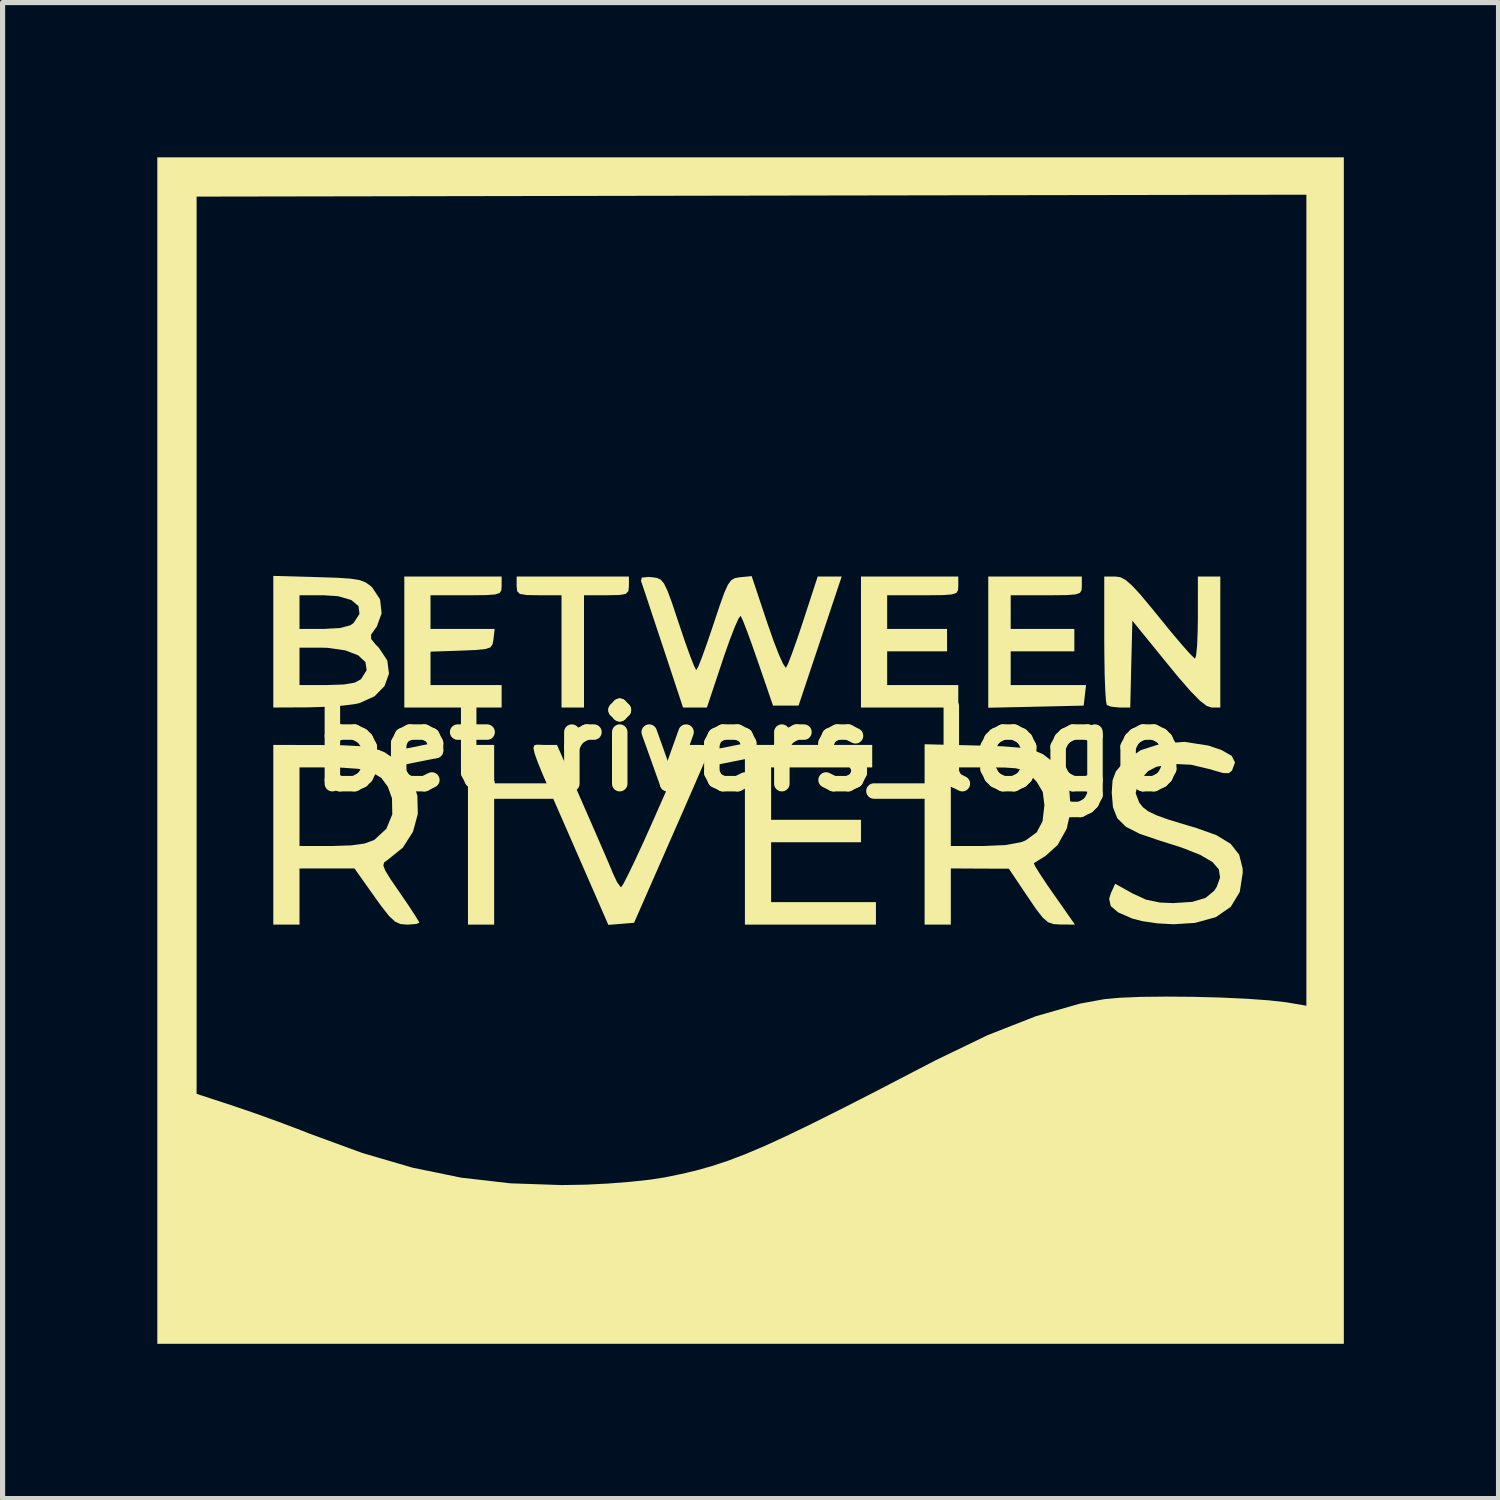
<source format=kicad_pcb>
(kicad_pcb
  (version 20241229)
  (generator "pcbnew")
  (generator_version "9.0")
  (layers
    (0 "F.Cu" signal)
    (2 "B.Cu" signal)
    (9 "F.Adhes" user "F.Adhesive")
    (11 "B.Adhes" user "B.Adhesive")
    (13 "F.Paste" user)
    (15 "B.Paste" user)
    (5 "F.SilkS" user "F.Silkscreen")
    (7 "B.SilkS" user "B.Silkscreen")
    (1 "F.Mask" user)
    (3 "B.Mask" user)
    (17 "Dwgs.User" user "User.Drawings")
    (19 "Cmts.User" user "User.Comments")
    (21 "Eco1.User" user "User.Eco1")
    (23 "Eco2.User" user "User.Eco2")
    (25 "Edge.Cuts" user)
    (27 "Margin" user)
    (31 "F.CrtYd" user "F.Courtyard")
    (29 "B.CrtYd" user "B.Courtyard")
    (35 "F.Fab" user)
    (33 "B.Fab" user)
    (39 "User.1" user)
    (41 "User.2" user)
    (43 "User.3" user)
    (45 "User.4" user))
  (footprint "bet_rivers_logo"
    (layer "F.Cu")
    (at 11.466 11.466)
    (property "Reference" "bet_rivers_logo" (at 0 0 0) (layer "F.SilkS") (effects (font (size 1.5 1.5) (thickness 0.3))))
    (attr board_only exclude_from_pos_files exclude_from_bom)
    (fp_poly (pts (xy -4.935 1.669) (xy -4.935 3.411) (xy -5.189 3.411) (xy -5.443 3.411) (xy -5.443 1.669) (xy -5.443 -0.073) (xy -5.189 -0.073) (xy -4.935 -0.073)) (stroke (width 0) (type solid)) (fill yes) (layer "F.SilkS"))
    (fp_poly (pts (xy -2.322 -3.157) (xy -2.332 -3.056) (xy -2.382 -3.002) (xy -2.508 -2.98) (xy -2.742 -2.975) (xy -2.758 -2.975) (xy -3.193 -2.975) (xy -3.193 -1.887) (xy -3.193 -0.798) (xy -3.411 -0.798) (xy -3.629 -0.798) (xy -3.629 -1.887) (xy -3.629 -2.975) (xy -4.064 -2.975) (xy -4.305 -2.979) (xy -4.436 -3) (xy -4.489 -3.053) (xy -4.499 -3.15) (xy -4.499 -3.157) (xy -4.499 -3.338) (xy -3.411 -3.338) (xy -2.322 -3.338)) (stroke (width 0) (type solid)) (fill yes) (layer "F.SilkS"))
    (fp_poly (pts (xy 2.395 0.145) (xy 2.395 0.363) (xy 1.415 0.363) (xy 0.435 0.363) (xy 0.435 0.871) (xy 0.435 1.379) (xy 1.306 1.379) (xy 2.177 1.379) (xy 2.177 1.597) (xy 2.177 1.814) (xy 1.306 1.814) (xy 0.435 1.814) (xy 0.435 2.395) (xy 0.435 2.975) (xy 1.451 2.975) (xy 2.467 2.975) (xy 2.467 3.193) (xy 2.467 3.411) (xy 1.197 3.411) (xy -0.073 3.411) (xy -0.073 1.669) (xy -0.073 -0.073) (xy 1.161 -0.073) (xy 2.395 -0.073)) (stroke (width 0) (type solid)) (fill yes) (layer "F.SilkS"))
    (fp_poly (pts (xy 4.064 -3.157) (xy 4.059 -3.073) (xy 4.027 -3.02) (xy 3.939 -2.991) (xy 3.77 -2.978) (xy 3.491 -2.975) (xy 3.375 -2.975) (xy 2.685 -2.975) (xy 2.685 -2.649) (xy 2.685 -2.322) (xy 3.266 -2.322) (xy 3.846 -2.322) (xy 3.846 -2.105) (xy 3.846 -1.887) (xy 3.266 -1.887) (xy 2.685 -1.887) (xy 2.685 -1.56) (xy 2.685 -1.234) (xy 3.375 -1.234) (xy 4.064 -1.234) (xy 4.064 -1.016) (xy 4.064 -0.798) (xy 3.121 -0.798) (xy 2.177 -0.798) (xy 2.177 -2.068) (xy 2.177 -3.338) (xy 3.121 -3.338) (xy 4.064 -3.338)) (stroke (width 0) (type solid)) (fill yes) (layer "F.SilkS"))
    (fp_poly (pts (xy 6.459 -3.157) (xy 6.454 -3.073) (xy 6.422 -3.02) (xy 6.334 -2.991) (xy 6.165 -2.978) (xy 5.886 -2.975) (xy 5.769 -2.975) (xy 5.08 -2.975) (xy 5.08 -2.649) (xy 5.08 -2.322) (xy 5.697 -2.322) (xy 6.314 -2.322) (xy 6.314 -2.105) (xy 6.314 -1.887) (xy 5.697 -1.887) (xy 5.08 -1.887) (xy 5.08 -1.56) (xy 5.08 -1.234) (xy 5.811 -1.234) (xy 6.541 -1.234) (xy 6.518 -1.034) (xy 6.495 -0.835) (xy 5.57 -0.814) (xy 4.645 -0.794) (xy 4.645 -2.066) (xy 4.645 -3.338) (xy 5.552 -3.338) (xy 6.459 -3.338)) (stroke (width 0) (type solid)) (fill yes) (layer "F.SilkS"))
    (fp_poly (pts (xy -4.79 -3.157) (xy -4.795 -3.073) (xy -4.827 -3.02) (xy -4.914 -2.991) (xy -5.084 -2.978) (xy -5.363 -2.975) (xy -5.479 -2.975) (xy -6.169 -2.975) (xy -6.169 -2.649) (xy -6.169 -2.322) (xy -5.547 -2.322) (xy -4.925 -2.322) (xy -4.948 -2.123) (xy -4.965 -2.025) (xy -5.008 -1.964) (xy -5.107 -1.931) (xy -5.293 -1.913) (xy -5.57 -1.902) (xy -6.169 -1.881) (xy -6.169 -1.557) (xy -6.169 -1.234) (xy -5.479 -1.234) (xy -4.79 -1.234) (xy -4.79 -1.016) (xy -4.79 -0.798) (xy -5.733 -0.798) (xy -6.677 -0.798) (xy -6.677 -2.068) (xy -6.677 -3.338) (xy -5.733 -3.338) (xy -4.79 -3.338)) (stroke (width 0) (type solid)) (fill yes) (layer "F.SilkS"))
    (fp_poly (pts (xy 7.205 -3.325) (xy 7.308 -3.272) (xy 7.433 -3.163) (xy 7.601 -2.981) (xy 7.828 -2.708) (xy 7.961 -2.544) (xy 8.194 -2.258) (xy 8.398 -2.017) (xy 8.553 -1.842) (xy 8.642 -1.753) (xy 8.654 -1.746) (xy 8.676 -1.812) (xy 8.694 -1.994) (xy 8.705 -2.263) (xy 8.709 -2.54) (xy 8.709 -3.338) (xy 8.926 -3.338) (xy 9.144 -3.338) (xy 9.144 -2.068) (xy 9.144 -0.798) (xy 8.976 -0.798) (xy 8.88 -0.829) (xy 8.75 -0.929) (xy 8.57 -1.112) (xy 8.327 -1.391) (xy 8.123 -1.64) (xy 7.439 -2.481) (xy 7.418 -1.64) (xy 7.398 -0.798) (xy 7.194 -0.798) (xy 7.029 -0.814) (xy 6.943 -0.847) (xy 6.927 -0.932) (xy 6.913 -1.137) (xy 6.902 -1.438) (xy 6.896 -1.809) (xy 6.894 -2.117) (xy 6.894 -3.338) (xy 7.108 -3.338)) (stroke (width 0) (type solid)) (fill yes) (layer "F.SilkS"))
    (fp_poly (pts (xy -4.064 -0.077) (xy -3.984 -0.073) (xy -3.971 -0.073) (xy -3.717 -0.073) (xy -3.23 1.034) (xy -3.058 1.427) (xy -2.899 1.793) (xy -2.764 2.104) (xy -2.668 2.329) (xy -2.634 2.413) (xy -2.554 2.584) (xy -2.487 2.678) (xy -2.473 2.685) (xy -2.43 2.622) (xy -2.339 2.445) (xy -2.208 2.174) (xy -2.048 1.829) (xy -1.868 1.428) (xy -1.814 1.306) (xy -1.206 -0.073) (xy -0.966 -0.073) (xy -0.804 -0.068) (xy -0.727 -0.055) (xy -0.726 -0.053) (xy -0.754 0.015) (xy -0.832 0.199) (xy -0.954 0.48) (xy -1.111 0.841) (xy -1.295 1.263) (xy -1.474 1.67) (xy -2.222 3.375) (xy -2.472 3.396) (xy -2.721 3.416) (xy -3.427 1.799) (xy -3.668 1.248) (xy -3.857 0.816) (xy -3.998 0.488) (xy -4.094 0.252) (xy -4.151 0.091) (xy -4.172 -0.007) (xy -4.162 -0.059) (xy -4.124 -0.077)) (stroke (width 0) (type solid)) (fill yes) (layer "F.SilkS"))
    (fp_poly (pts (xy 11.539 0.036) (xy 11.539 11.539) (xy 0.036 11.539) (xy -11.466 11.539) (xy -11.466 6.692) (xy -10.704 6.692) (xy -9.979 6.93) (xy -9.57 7.07) (xy -9.107 7.237) (xy -8.669 7.403) (xy -8.527 7.459) (xy -7.491 7.839) (xy -6.52 8.123) (xy -5.576 8.317) (xy -4.623 8.427) (xy -3.624 8.461) (xy -3.157 8.453) (xy -2.733 8.432) (xy -2.297 8.398) (xy -1.904 8.355) (xy -1.633 8.313) (xy -1.312 8.247) (xy -1.009 8.176) (xy -0.71 8.091) (xy -0.4 7.989) (xy -0.067 7.862) (xy 0.305 7.705) (xy 0.728 7.511) (xy 1.217 7.275) (xy 1.785 6.991) (xy 2.447 6.653) (xy 3.215 6.254) (xy 3.629 6.039) (xy 4.638 5.552) (xy 5.569 5.187) (xy 6.422 4.943) (xy 6.892 4.857) (xy 7.194 4.829) (xy 7.605 4.812) (xy 8.092 4.807) (xy 8.618 4.811) (xy 9.149 4.825) (xy 9.649 4.848) (xy 10.085 4.879) (xy 10.421 4.917) (xy 10.468 4.925) (xy 10.813 4.984) (xy 10.813 -2.878) (xy 10.813 -10.741) (xy 0.054 -10.723) (xy -10.704 -10.704) (xy -10.704 -2.006) (xy -10.704 6.692) (xy -11.466 6.692) (xy -11.466 0.036) (xy -11.466 -11.466) (xy 0.036 -11.466) (xy 11.539 -11.466)) (stroke (width 0) (type solid)) (fill yes) (layer "F.SilkS"))
    (fp_poly (pts (xy -8.291 -0.071) (xy -7.874 -0.066) (xy -7.569 -0.051) (xy -7.345 -0.021) (xy -7.168 0.026) (xy -7.059 0.07) (xy -6.747 0.282) (xy -6.535 0.571) (xy -6.424 0.909) (xy -6.415 1.265) (xy -6.509 1.611) (xy -6.706 1.919) (xy -7.006 2.16) (xy -7.068 2.205) (xy -7.084 2.265) (xy -7.045 2.366) (xy -6.941 2.535) (xy -6.767 2.788) (xy -6.6 3.032) (xy -6.471 3.229) (xy -6.397 3.35) (xy -6.386 3.374) (xy -6.45 3.399) (xy -6.606 3.411) (xy -6.629 3.411) (xy -6.753 3.4) (xy -6.859 3.351) (xy -6.974 3.243) (xy -7.125 3.051) (xy -7.257 2.867) (xy -7.643 2.322) (xy -8.176 2.322) (xy -8.709 2.322) (xy -8.709 2.867) (xy -8.709 3.411) (xy -8.963 3.411) (xy -9.217 3.411) (xy -9.217 1.669) (xy -9.217 0.363) (xy -8.709 0.363) (xy -8.709 1.125) (xy -8.709 1.887) (xy -8.085 1.887) (xy -7.708 1.875) (xy -7.444 1.838) (xy -7.264 1.771) (xy -7.256 1.766) (xy -7.026 1.554) (xy -6.91 1.274) (xy -6.916 0.96) (xy -6.998 0.736) (xy -7.122 0.568) (xy -7.305 0.455) (xy -7.572 0.39) (xy -7.949 0.364) (xy -8.095 0.363) (xy -8.709 0.363) (xy -9.217 0.363) (xy -9.217 -0.073)) (stroke (width 0) (type solid)) (fill yes) (layer "F.SilkS"))
    (fp_poly (pts (xy 4.458 -0.061) (xy 4.921 -0.046) (xy 5.266 -0.019) (xy 5.519 0.029) (xy 5.707 0.107) (xy 5.858 0.225) (xy 5.997 0.393) (xy 6.078 0.507) (xy 6.219 0.833) (xy 6.245 1.195) (xy 6.166 1.553) (xy 5.989 1.868) (xy 5.755 2.079) (xy 5.609 2.17) (xy 5.53 2.22) (xy 5.528 2.222) (xy 5.556 2.283) (xy 5.652 2.437) (xy 5.799 2.658) (xy 5.915 2.824) (xy 6.326 3.411) (xy 6.048 3.409) (xy 5.91 3.401) (xy 5.803 3.364) (xy 5.698 3.272) (xy 5.568 3.104) (xy 5.407 2.867) (xy 5.044 2.327) (xy 4.481 2.325) (xy 3.919 2.322) (xy 3.919 2.867) (xy 3.919 3.411) (xy 3.665 3.411) (xy 3.411 3.411) (xy 3.411 1.662) (xy 3.411 0.363) (xy 3.919 0.363) (xy 3.919 1.125) (xy 3.919 1.887) (xy 4.539 1.887) (xy 4.978 1.868) (xy 5.282 1.813) (xy 5.372 1.777) (xy 5.584 1.622) (xy 5.698 1.407) (xy 5.733 1.098) (xy 5.733 1.088) (xy 5.702 0.84) (xy 5.586 0.645) (xy 5.521 0.575) (xy 5.415 0.477) (xy 5.313 0.414) (xy 5.179 0.38) (xy 4.976 0.366) (xy 4.67 0.363) (xy 4.614 0.363) (xy 3.919 0.363) (xy 3.411 0.363) (xy 3.411 -0.086)) (stroke (width 0) (type solid)) (fill yes) (layer "F.SilkS"))
    (fp_poly (pts (xy -8.351 -3.326) (xy -7.979 -3.314) (xy -7.722 -3.297) (xy -7.55 -3.27) (xy -7.432 -3.227) (xy -7.34 -3.163) (xy -7.299 -3.126) (xy -7.147 -2.894) (xy -7.117 -2.624) (xy -7.21 -2.367) (xy -7.243 -2.322) (xy -7.321 -2.212) (xy -7.32 -2.127) (xy -7.229 -2.015) (xy -7.17 -1.956) (xy -7.007 -1.711) (xy -6.974 -1.455) (xy -7.06 -1.215) (xy -7.254 -1.016) (xy -7.546 -0.884) (xy -7.622 -0.867) (xy -7.85 -0.837) (xy -8.164 -0.814) (xy -8.504 -0.802) (xy -8.582 -0.801) (xy -9.217 -0.798) (xy -9.217 -1.959) (xy -8.709 -1.959) (xy -8.709 -1.597) (xy -8.709 -1.234) (xy -8.169 -1.234) (xy -7.845 -1.245) (xy -7.636 -1.281) (xy -7.517 -1.347) (xy -7.516 -1.348) (xy -7.407 -1.522) (xy -7.431 -1.68) (xy -7.573 -1.811) (xy -7.821 -1.906) (xy -8.162 -1.955) (xy -8.314 -1.959) (xy -8.709 -1.959) (xy -9.217 -1.959) (xy -9.217 -2.074) (xy -9.217 -2.975) (xy -8.709 -2.975) (xy -8.709 -2.649) (xy -8.709 -2.322) (xy -8.242 -2.322) (xy -7.925 -2.339) (xy -7.727 -2.391) (xy -7.661 -2.436) (xy -7.546 -2.613) (xy -7.565 -2.765) (xy -7.706 -2.883) (xy -7.96 -2.956) (xy -8.242 -2.975) (xy -8.709 -2.975) (xy -9.217 -2.975) (xy -9.217 -3.35)) (stroke (width 0) (type solid)) (fill yes) (layer "F.SilkS"))
    (fp_poly (pts (xy 0.364 -2.429) (xy 0.48 -2.097) (xy 0.584 -1.828) (xy 0.667 -1.645) (xy 0.718 -1.571) (xy 0.726 -1.572) (xy 0.769 -1.661) (xy 0.845 -1.86) (xy 0.944 -2.139) (xy 1.055 -2.469) (xy 1.06 -2.486) (xy 1.338 -3.338) (xy 1.571 -3.338) (xy 1.803 -3.338) (xy 1.385 -2.086) (xy 0.967 -0.835) (xy 0.719 -0.835) (xy 0.472 -0.835) (xy 0.181 -1.681) (xy 0.066 -2.01) (xy -0.035 -2.287) (xy -0.112 -2.485) (xy -0.155 -2.574) (xy -0.156 -2.575) (xy -0.194 -2.528) (xy -0.267 -2.366) (xy -0.365 -2.114) (xy -0.478 -1.795) (xy -0.506 -1.71) (xy -0.81 -0.798) (xy -1.042 -0.798) (xy -1.273 -0.798) (xy -1.663 -1.978) (xy -1.794 -2.372) (xy -1.91 -2.722) (xy -2.003 -3.003) (xy -2.066 -3.189) (xy -2.088 -3.253) (xy -2.073 -3.317) (xy -1.944 -3.33) (xy -1.883 -3.325) (xy -1.783 -3.312) (xy -1.707 -3.279) (xy -1.642 -3.203) (xy -1.574 -3.062) (xy -1.489 -2.833) (xy -1.376 -2.494) (xy -1.349 -2.413) (xy -1.237 -2.081) (xy -1.138 -1.805) (xy -1.062 -1.611) (xy -1.019 -1.526) (xy -1.016 -1.524) (xy -0.979 -1.589) (xy -0.908 -1.766) (xy -0.813 -2.03) (xy -0.702 -2.355) (xy -0.683 -2.413) (xy -0.561 -2.777) (xy -0.472 -3.026) (xy -0.401 -3.182) (xy -0.336 -3.269) (xy -0.264 -3.308) (xy -0.172 -3.324) (xy -0.166 -3.324) (xy 0.058 -3.346)) (stroke (width 0) (type solid)) (fill yes) (layer "F.SilkS"))
    (fp_poly (pts (xy 8.911 -0.061) (xy 9.167 0.026) (xy 9.365 0.139) (xy 9.429 0.266) (xy 9.371 0.424) (xy 9.309 0.475) (xy 9.196 0.472) (xy 8.992 0.413) (xy 8.97 0.405) (xy 8.577 0.311) (xy 8.208 0.294) (xy 7.9 0.353) (xy 7.743 0.437) (xy 7.551 0.648) (xy 7.503 0.864) (xy 7.572 1.045) (xy 7.647 1.139) (xy 7.753 1.218) (xy 7.915 1.295) (xy 8.158 1.381) (xy 8.508 1.487) (xy 8.657 1.53) (xy 9.066 1.675) (xy 9.345 1.845) (xy 9.51 2.055) (xy 9.576 2.32) (xy 9.579 2.404) (xy 9.521 2.778) (xy 9.347 3.066) (xy 9.058 3.266) (xy 8.653 3.378) (xy 8.237 3.404) (xy 7.928 3.387) (xy 7.632 3.344) (xy 7.439 3.294) (xy 7.164 3.174) (xy 7.019 3.051) (xy 6.989 2.91) (xy 7.023 2.8) (xy 7.106 2.619) (xy 7.441 2.806) (xy 7.704 2.927) (xy 7.975 2.983) (xy 8.23 2.994) (xy 8.6 2.97) (xy 8.857 2.894) (xy 9.026 2.755) (xy 9.076 2.677) (xy 9.14 2.496) (xy 9.115 2.339) (xy 8.991 2.197) (xy 8.755 2.059) (xy 8.398 1.918) (xy 7.969 1.782) (xy 7.579 1.65) (xy 7.311 1.512) (xy 7.146 1.348) (xy 7.063 1.136) (xy 7.039 0.856) (xy 7.039 0.854) (xy 7.055 0.612) (xy 7.119 0.442) (xy 7.261 0.272) (xy 7.28 0.253) (xy 7.6 0.029) (xy 8.002 -0.1) (xy 8.45 -0.132)) (stroke (width 0) (type solid)) (fill yes) (layer "F.SilkS")))
  (gr_rect
    (start -3 -3)
    (end 26.005 26.005)
    (stroke (width 0.1) (type default))
    (fill no)
    (layer "Edge.Cuts")))
</source>
